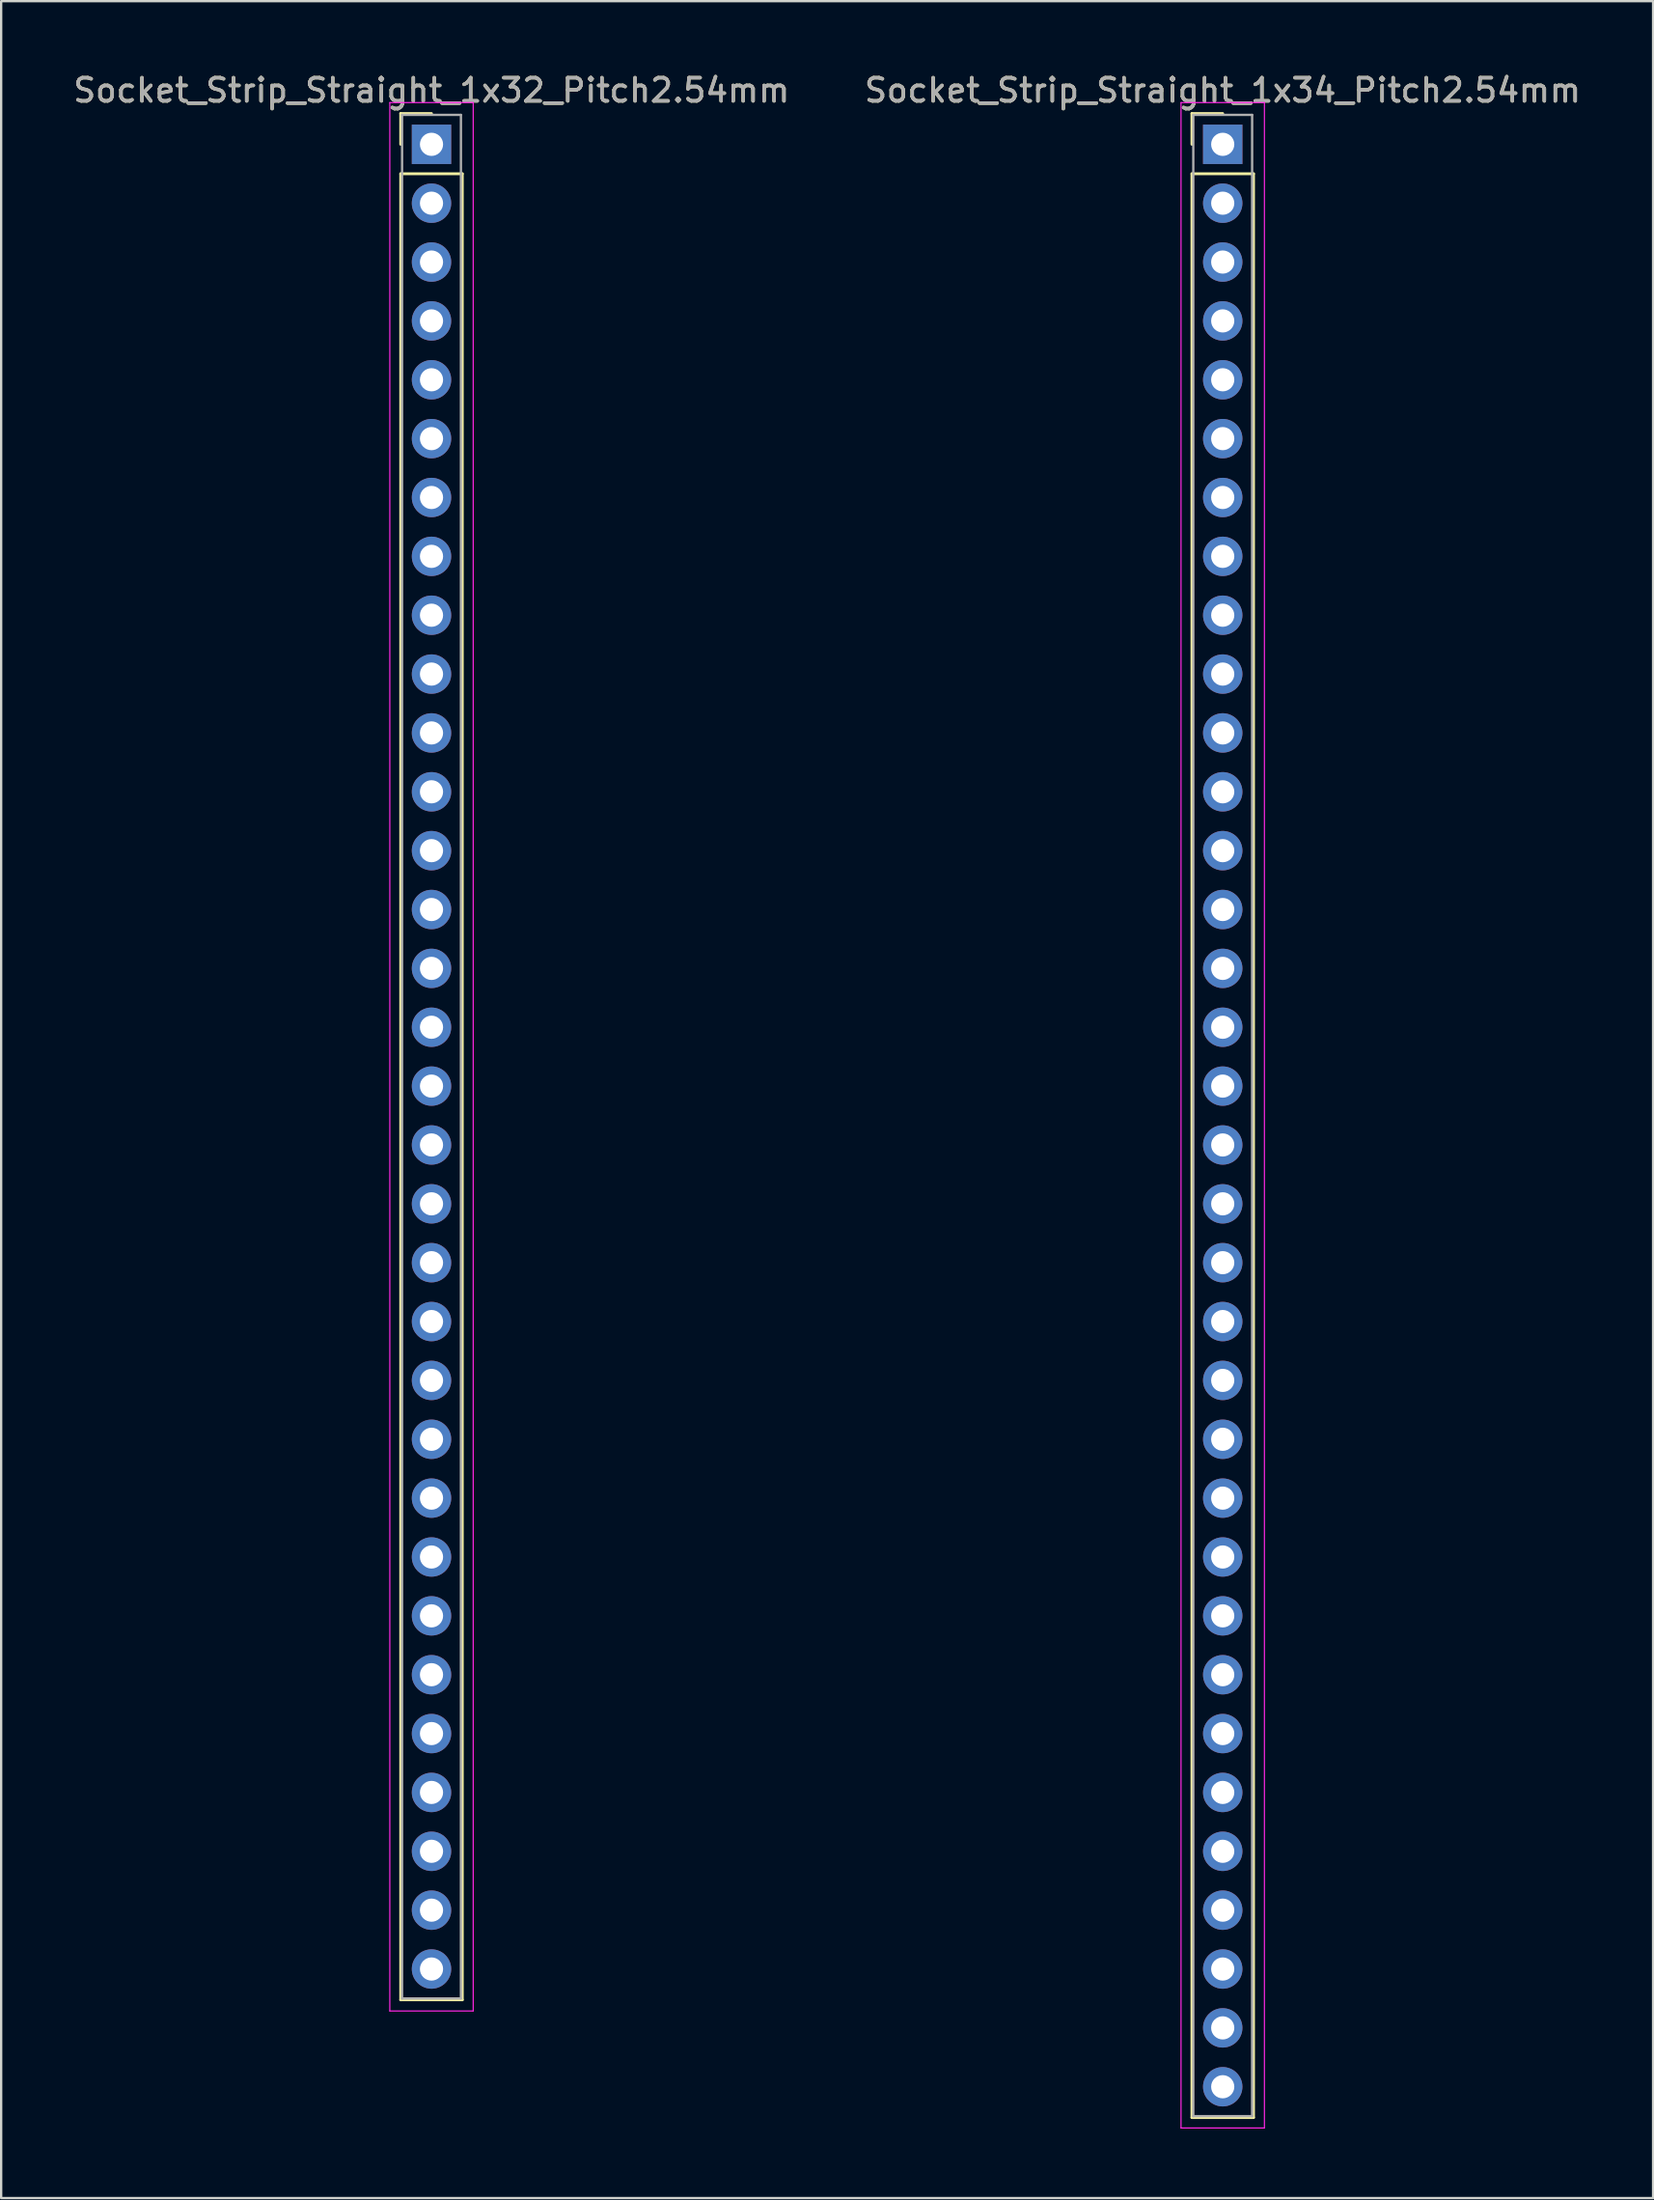
<source format=kicad_pcb>
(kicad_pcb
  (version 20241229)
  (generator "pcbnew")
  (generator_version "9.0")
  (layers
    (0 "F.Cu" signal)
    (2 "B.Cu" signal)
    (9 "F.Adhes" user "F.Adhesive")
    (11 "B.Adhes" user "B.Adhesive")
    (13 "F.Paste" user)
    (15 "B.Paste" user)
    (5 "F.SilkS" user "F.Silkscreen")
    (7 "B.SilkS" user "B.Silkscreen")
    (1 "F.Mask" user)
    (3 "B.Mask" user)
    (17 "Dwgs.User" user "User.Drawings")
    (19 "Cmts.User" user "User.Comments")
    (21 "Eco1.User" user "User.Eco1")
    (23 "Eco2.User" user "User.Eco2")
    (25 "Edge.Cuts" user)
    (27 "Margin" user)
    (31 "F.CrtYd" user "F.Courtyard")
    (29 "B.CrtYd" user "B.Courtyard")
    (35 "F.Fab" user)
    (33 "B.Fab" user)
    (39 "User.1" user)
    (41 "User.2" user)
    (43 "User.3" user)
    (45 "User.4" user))
  (footprint "Socket_Strip_Straight_1x32_Pitch2.54mm"
    (layer "F.Cu")
    (at 15.577 3.178)
    (property "Reference" "Socket_Strip_Straight_1x32_Pitch2.54mm" (at 0 -2.33 0) (layer "F.SilkS") (effects (font (size 1 1) (thickness 0.15))))
    (attr through_hole)
    (fp_line (start -1.33 -1.33) (end 0 -1.33) (stroke (width 0.12) (type solid)) (layer "F.SilkS"))
    (fp_line (start -1.33 0) (end -1.33 -1.33) (stroke (width 0.12) (type solid)) (layer "F.SilkS"))
    (fp_line (start -1.33 1.27) (end -1.33 80.07) (stroke (width 0.12) (type solid)) (layer "F.SilkS"))
    (fp_line (start -1.33 80.07) (end 1.33 80.07) (stroke (width 0.12) (type solid)) (layer "F.SilkS"))
    (fp_line (start 1.33 1.27) (end -1.33 1.27) (stroke (width 0.12) (type solid)) (layer "F.SilkS"))
    (fp_line (start 1.33 80.07) (end 1.33 1.27) (stroke (width 0.12) (type solid)) (layer "F.SilkS"))
    (fp_line (start -1.8 -1.8) (end -1.8 80.55) (stroke (width 0.05) (type solid)) (layer "F.CrtYd"))
    (fp_line (start -1.8 80.55) (end 1.8 80.55) (stroke (width 0.05) (type solid)) (layer "F.CrtYd"))
    (fp_line (start 1.8 -1.8) (end -1.8 -1.8) (stroke (width 0.05) (type solid)) (layer "F.CrtYd"))
    (fp_line (start 1.8 80.55) (end 1.8 -1.8) (stroke (width 0.05) (type solid)) (layer "F.CrtYd"))
    (fp_line (start -1.27 -1.27) (end -1.27 80.01) (stroke (width 0.1) (type solid)) (layer "F.Fab"))
    (fp_line (start -1.27 80.01) (end 1.27 80.01) (stroke (width 0.1) (type solid)) (layer "F.Fab"))
    (fp_line (start 1.27 -1.27) (end -1.27 -1.27) (stroke (width 0.1) (type solid)) (layer "F.Fab"))
    (fp_line (start 1.27 80.01) (end 1.27 -1.27) (stroke (width 0.1) (type solid)) (layer "F.Fab"))
    (fp_text user "${REFERENCE}" (at 0 -2.33 0) (layer "F.Fab") (effects (font (size 1 1) (thickness 0.15))))
    (pad "1" thru_hole rect (at 0 0) (size 1.7 1.7) (drill 1) (layers "*.Cu" "*.Mask"))
    (pad "2" thru_hole oval (at 0 2.54) (size 1.7 1.7) (drill 1) (layers "*.Cu" "*.Mask"))
    (pad "3" thru_hole oval (at 0 5.08) (size 1.7 1.7) (drill 1) (layers "*.Cu" "*.Mask"))
    (pad "4" thru_hole oval (at 0 7.62) (size 1.7 1.7) (drill 1) (layers "*.Cu" "*.Mask"))
    (pad "5" thru_hole oval (at 0 10.16) (size 1.7 1.7) (drill 1) (layers "*.Cu" "*.Mask"))
    (pad "6" thru_hole oval (at 0 12.7) (size 1.7 1.7) (drill 1) (layers "*.Cu" "*.Mask"))
    (pad "7" thru_hole oval (at 0 15.24) (size 1.7 1.7) (drill 1) (layers "*.Cu" "*.Mask"))
    (pad "8" thru_hole oval (at 0 17.78) (size 1.7 1.7) (drill 1) (layers "*.Cu" "*.Mask"))
    (pad "9" thru_hole oval (at 0 20.32) (size 1.7 1.7) (drill 1) (layers "*.Cu" "*.Mask"))
    (pad "10" thru_hole oval (at 0 22.86) (size 1.7 1.7) (drill 1) (layers "*.Cu" "*.Mask"))
    (pad "11" thru_hole oval (at 0 25.4) (size 1.7 1.7) (drill 1) (layers "*.Cu" "*.Mask"))
    (pad "12" thru_hole oval (at 0 27.94) (size 1.7 1.7) (drill 1) (layers "*.Cu" "*.Mask"))
    (pad "13" thru_hole oval (at 0 30.48) (size 1.7 1.7) (drill 1) (layers "*.Cu" "*.Mask"))
    (pad "14" thru_hole oval (at 0 33.02) (size 1.7 1.7) (drill 1) (layers "*.Cu" "*.Mask"))
    (pad "15" thru_hole oval (at 0 35.56) (size 1.7 1.7) (drill 1) (layers "*.Cu" "*.Mask"))
    (pad "16" thru_hole oval (at 0 38.1) (size 1.7 1.7) (drill 1) (layers "*.Cu" "*.Mask"))
    (pad "17" thru_hole oval (at 0 40.64) (size 1.7 1.7) (drill 1) (layers "*.Cu" "*.Mask"))
    (pad "18" thru_hole oval (at 0 43.18) (size 1.7 1.7) (drill 1) (layers "*.Cu" "*.Mask"))
    (pad "19" thru_hole oval (at 0 45.72) (size 1.7 1.7) (drill 1) (layers "*.Cu" "*.Mask"))
    (pad "20" thru_hole oval (at 0 48.26) (size 1.7 1.7) (drill 1) (layers "*.Cu" "*.Mask"))
    (pad "21" thru_hole oval (at 0 50.8) (size 1.7 1.7) (drill 1) (layers "*.Cu" "*.Mask"))
    (pad "22" thru_hole oval (at 0 53.34) (size 1.7 1.7) (drill 1) (layers "*.Cu" "*.Mask"))
    (pad "23" thru_hole oval (at 0 55.88) (size 1.7 1.7) (drill 1) (layers "*.Cu" "*.Mask"))
    (pad "24" thru_hole oval (at 0 58.42) (size 1.7 1.7) (drill 1) (layers "*.Cu" "*.Mask"))
    (pad "25" thru_hole oval (at 0 60.96) (size 1.7 1.7) (drill 1) (layers "*.Cu" "*.Mask"))
    (pad "26" thru_hole oval (at 0 63.5) (size 1.7 1.7) (drill 1) (layers "*.Cu" "*.Mask"))
    (pad "27" thru_hole oval (at 0 66.04) (size 1.7 1.7) (drill 1) (layers "*.Cu" "*.Mask"))
    (pad "28" thru_hole oval (at 0 68.58) (size 1.7 1.7) (drill 1) (layers "*.Cu" "*.Mask"))
    (pad "29" thru_hole oval (at 0 71.12) (size 1.7 1.7) (drill 1) (layers "*.Cu" "*.Mask"))
    (pad "30" thru_hole oval (at 0 73.66) (size 1.7 1.7) (drill 1) (layers "*.Cu" "*.Mask"))
    (pad "31" thru_hole oval (at 0 76.2) (size 1.7 1.7) (drill 1) (layers "*.Cu" "*.Mask"))
    (pad "32" thru_hole oval (at 0 78.74) (size 1.7 1.7) (drill 1) (layers "*.Cu" "*.Mask")))
  (footprint "Socket_Strip_Straight_1x34_Pitch2.54mm"
    (layer "F.Cu")
    (at 49.732 3.178)
    (property "Reference" "Socket_Strip_Straight_1x34_Pitch2.54mm" (at 0 -2.33 0) (layer "F.SilkS") (effects (font (size 1 1) (thickness 0.15))))
    (attr through_hole)
    (fp_line (start -1.33 -1.33) (end 0 -1.33) (stroke (width 0.12) (type solid)) (layer "F.SilkS"))
    (fp_line (start -1.33 0) (end -1.33 -1.33) (stroke (width 0.12) (type solid)) (layer "F.SilkS"))
    (fp_line (start -1.33 1.27) (end -1.33 85.15) (stroke (width 0.12) (type solid)) (layer "F.SilkS"))
    (fp_line (start -1.33 85.15) (end 1.33 85.15) (stroke (width 0.12) (type solid)) (layer "F.SilkS"))
    (fp_line (start 1.33 1.27) (end -1.33 1.27) (stroke (width 0.12) (type solid)) (layer "F.SilkS"))
    (fp_line (start 1.33 85.15) (end 1.33 1.27) (stroke (width 0.12) (type solid)) (layer "F.SilkS"))
    (fp_line (start -1.8 -1.8) (end -1.8 85.6) (stroke (width 0.05) (type solid)) (layer "F.CrtYd"))
    (fp_line (start -1.8 85.6) (end 1.8 85.6) (stroke (width 0.05) (type solid)) (layer "F.CrtYd"))
    (fp_line (start 1.8 -1.8) (end -1.8 -1.8) (stroke (width 0.05) (type solid)) (layer "F.CrtYd"))
    (fp_line (start 1.8 85.6) (end 1.8 -1.8) (stroke (width 0.05) (type solid)) (layer "F.CrtYd"))
    (fp_line (start -1.27 -1.27) (end -1.27 85.09) (stroke (width 0.1) (type solid)) (layer "F.Fab"))
    (fp_line (start -1.27 85.09) (end 1.27 85.09) (stroke (width 0.1) (type solid)) (layer "F.Fab"))
    (fp_line (start 1.27 -1.27) (end -1.27 -1.27) (stroke (width 0.1) (type solid)) (layer "F.Fab"))
    (fp_line (start 1.27 85.09) (end 1.27 -1.27) (stroke (width 0.1) (type solid)) (layer "F.Fab"))
    (fp_text user "${REFERENCE}" (at 0 -2.33 0) (layer "F.Fab") (effects (font (size 1 1) (thickness 0.15))))
    (pad "1" thru_hole rect (at 0 0) (size 1.7 1.7) (drill 1) (layers "*.Cu" "*.Mask"))
    (pad "2" thru_hole oval (at 0 2.54) (size 1.7 1.7) (drill 1) (layers "*.Cu" "*.Mask"))
    (pad "3" thru_hole oval (at 0 5.08) (size 1.7 1.7) (drill 1) (layers "*.Cu" "*.Mask"))
    (pad "4" thru_hole oval (at 0 7.62) (size 1.7 1.7) (drill 1) (layers "*.Cu" "*.Mask"))
    (pad "5" thru_hole oval (at 0 10.16) (size 1.7 1.7) (drill 1) (layers "*.Cu" "*.Mask"))
    (pad "6" thru_hole oval (at 0 12.7) (size 1.7 1.7) (drill 1) (layers "*.Cu" "*.Mask"))
    (pad "7" thru_hole oval (at 0 15.24) (size 1.7 1.7) (drill 1) (layers "*.Cu" "*.Mask"))
    (pad "8" thru_hole oval (at 0 17.78) (size 1.7 1.7) (drill 1) (layers "*.Cu" "*.Mask"))
    (pad "9" thru_hole oval (at 0 20.32) (size 1.7 1.7) (drill 1) (layers "*.Cu" "*.Mask"))
    (pad "10" thru_hole oval (at 0 22.86) (size 1.7 1.7) (drill 1) (layers "*.Cu" "*.Mask"))
    (pad "11" thru_hole oval (at 0 25.4) (size 1.7 1.7) (drill 1) (layers "*.Cu" "*.Mask"))
    (pad "12" thru_hole oval (at 0 27.94) (size 1.7 1.7) (drill 1) (layers "*.Cu" "*.Mask"))
    (pad "13" thru_hole oval (at 0 30.48) (size 1.7 1.7) (drill 1) (layers "*.Cu" "*.Mask"))
    (pad "14" thru_hole oval (at 0 33.02) (size 1.7 1.7) (drill 1) (layers "*.Cu" "*.Mask"))
    (pad "15" thru_hole oval (at 0 35.56) (size 1.7 1.7) (drill 1) (layers "*.Cu" "*.Mask"))
    (pad "16" thru_hole oval (at 0 38.1) (size 1.7 1.7) (drill 1) (layers "*.Cu" "*.Mask"))
    (pad "17" thru_hole oval (at 0 40.64) (size 1.7 1.7) (drill 1) (layers "*.Cu" "*.Mask"))
    (pad "18" thru_hole oval (at 0 43.18) (size 1.7 1.7) (drill 1) (layers "*.Cu" "*.Mask"))
    (pad "19" thru_hole oval (at 0 45.72) (size 1.7 1.7) (drill 1) (layers "*.Cu" "*.Mask"))
    (pad "20" thru_hole oval (at 0 48.26) (size 1.7 1.7) (drill 1) (layers "*.Cu" "*.Mask"))
    (pad "21" thru_hole oval (at 0 50.8) (size 1.7 1.7) (drill 1) (layers "*.Cu" "*.Mask"))
    (pad "22" thru_hole oval (at 0 53.34) (size 1.7 1.7) (drill 1) (layers "*.Cu" "*.Mask"))
    (pad "23" thru_hole oval (at 0 55.88) (size 1.7 1.7) (drill 1) (layers "*.Cu" "*.Mask"))
    (pad "24" thru_hole oval (at 0 58.42) (size 1.7 1.7) (drill 1) (layers "*.Cu" "*.Mask"))
    (pad "25" thru_hole oval (at 0 60.96) (size 1.7 1.7) (drill 1) (layers "*.Cu" "*.Mask"))
    (pad "26" thru_hole oval (at 0 63.5) (size 1.7 1.7) (drill 1) (layers "*.Cu" "*.Mask"))
    (pad "27" thru_hole oval (at 0 66.04) (size 1.7 1.7) (drill 1) (layers "*.Cu" "*.Mask"))
    (pad "28" thru_hole oval (at 0 68.58) (size 1.7 1.7) (drill 1) (layers "*.Cu" "*.Mask"))
    (pad "29" thru_hole oval (at 0 71.12) (size 1.7 1.7) (drill 1) (layers "*.Cu" "*.Mask"))
    (pad "30" thru_hole oval (at 0 73.66) (size 1.7 1.7) (drill 1) (layers "*.Cu" "*.Mask"))
    (pad "31" thru_hole oval (at 0 76.2) (size 1.7 1.7) (drill 1) (layers "*.Cu" "*.Mask"))
    (pad "32" thru_hole oval (at 0 78.74) (size 1.7 1.7) (drill 1) (layers "*.Cu" "*.Mask"))
    (pad "33" thru_hole oval (at 0 81.28) (size 1.7 1.7) (drill 1) (layers "*.Cu" "*.Mask"))
    (pad "34" thru_hole oval (at 0 83.82) (size 1.7 1.7) (drill 1) (layers "*.Cu" "*.Mask")))
  (gr_rect
    (start -3 -3)
    (end 68.31 91.803)
    (stroke (width 0.1) (type default))
    (fill no)
    (layer "Edge.Cuts")))
</source>
